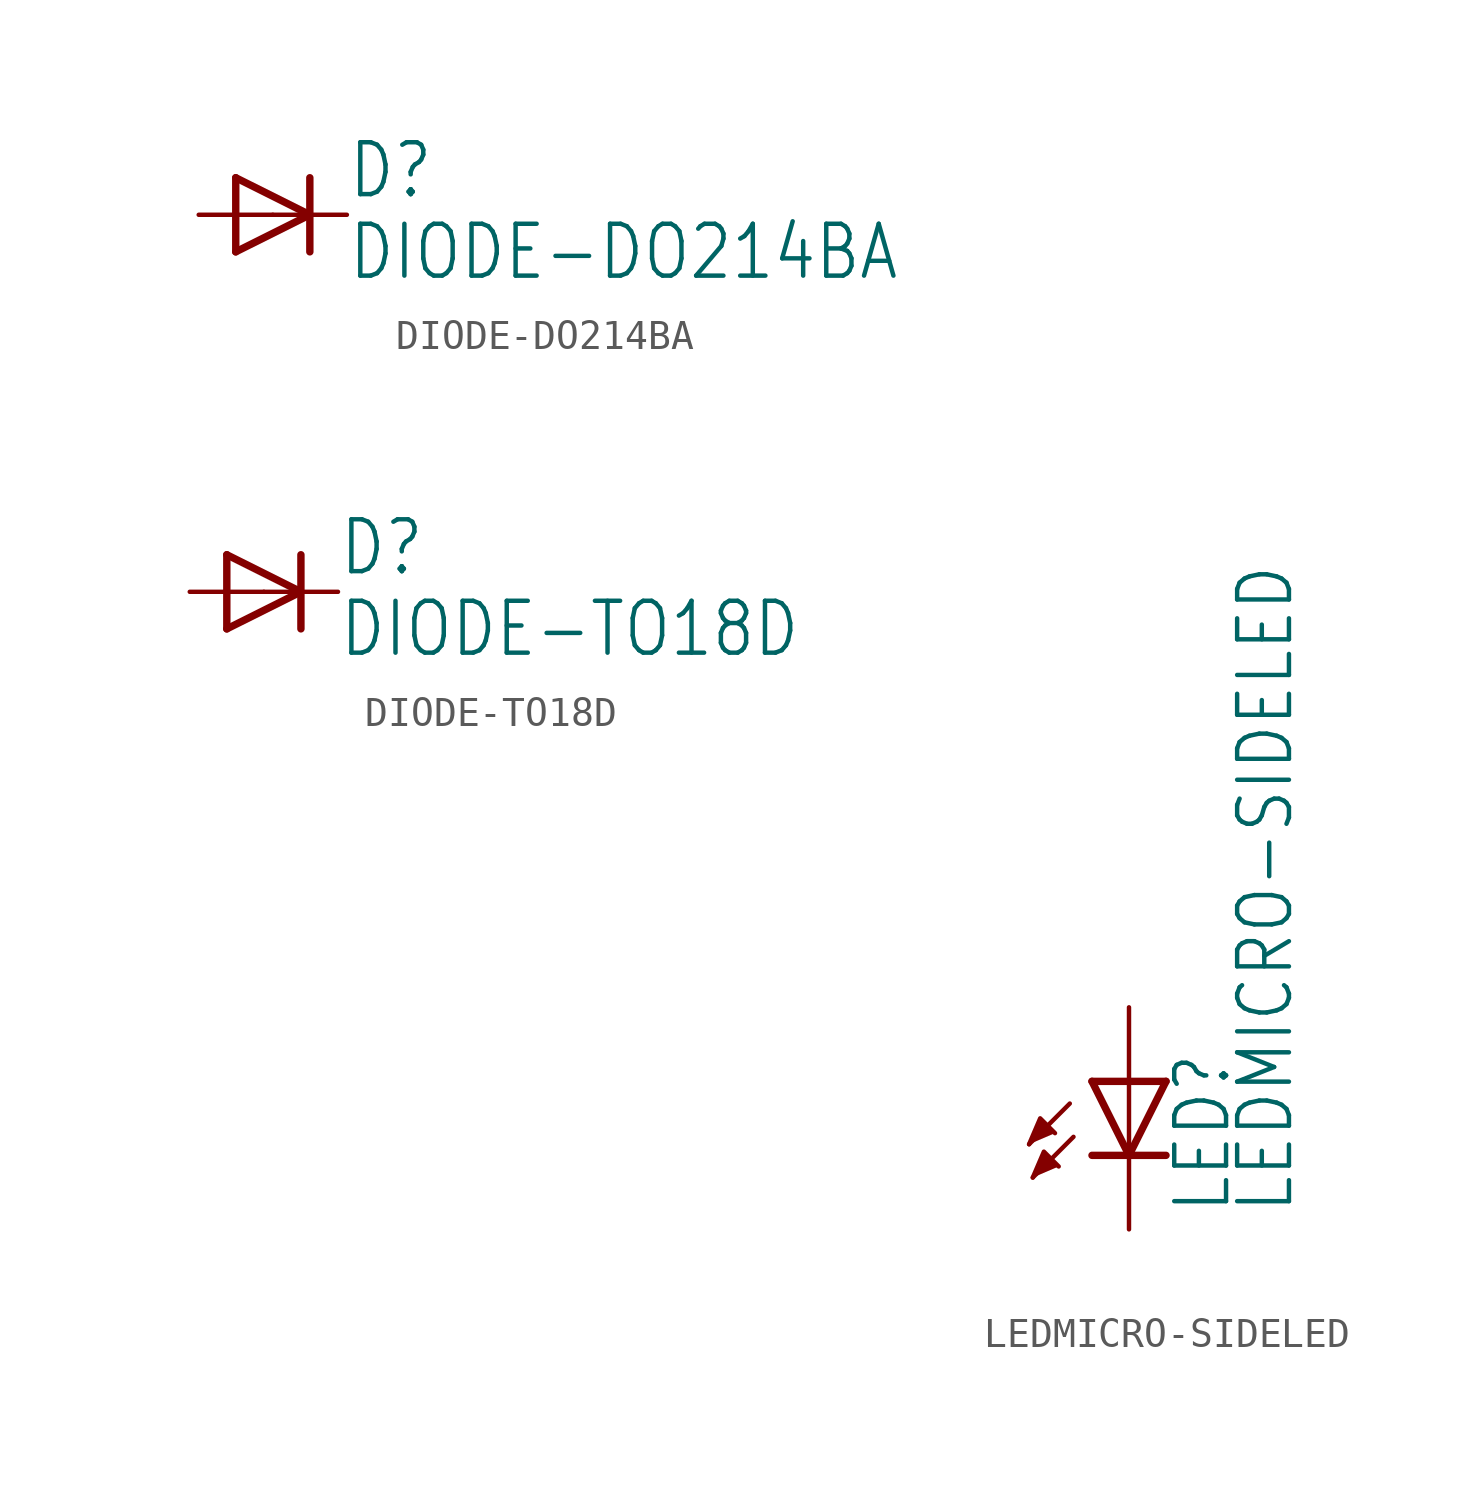
<source format=kicad_sym>
(kicad_symbol_lib
  (version 20211014)
  (generator kicad_symbol_editor)
  (symbol "DIODE-DO214BA"
    (property "Reference" "D"
      (at 2.54 0.483 0)
      (effects (font (size 1.778 1.511)) (justify left bottom)))
    (property "Value" "DIODE-DO214BA"
      (at 2.54 -2.311 0)
      (effects (font (size 1.778 1.511)) (justify left bottom)))
    (property "ki_locked" ""
      (at 0 0 0)
      (effects (font (size 1.27 1.27))))
    (symbol "DIODE-DO214BA_1_0"
      (polyline (pts (xy -1.27 -1.27) (xy 1.27 0)) (stroke (width 0.254) (type default) (color 0 0 0 0)) (fill (type none)))
      (polyline (pts (xy -1.27 1.27) (xy -1.27 -1.27)) (stroke (width 0.254) (type default) (color 0 0 0 0)) (fill (type none)))
      (polyline (pts (xy 1.27 0) (xy -1.27 1.27)) (stroke (width 0.254) (type default) (color 0 0 0 0)) (fill (type none)))
      (polyline (pts (xy 1.27 0) (xy 1.27 -1.27)) (stroke (width 0.254) (type default) (color 0 0 0 0)) (fill (type none)))
      (polyline (pts (xy 1.27 1.27) (xy 1.27 0)) (stroke (width 0.254) (type default) (color 0 0 0 0)) (fill (type none)))
      (pin passive line (at -2.54 0 0) (length 2.54) (name "A" (effects (font (size 0 0)))) (number "A" (effects (font (size 0 0)))))
      (pin passive line (at 2.54 0 180) (length 2.54) (name "C" (effects (font (size 0 0)))) (number "C" (effects (font (size 0 0)))))))
  (symbol "DIODE-TO18D"
    (property "Reference" "D"
      (at 2.54 0.483 0)
      (effects (font (size 1.778 1.511)) (justify left bottom)))
    (property "Value" "DIODE-TO18D"
      (at 2.54 -2.311 0)
      (effects (font (size 1.778 1.511)) (justify left bottom)))
    (property "ki_locked" ""
      (at 0 0 0)
      (effects (font (size 1.27 1.27))))
    (symbol "DIODE-TO18D_1_0"
      (polyline (pts (xy -1.27 -1.27) (xy 1.27 0)) (stroke (width 0.254) (type default) (color 0 0 0 0)) (fill (type none)))
      (polyline (pts (xy -1.27 1.27) (xy -1.27 -1.27)) (stroke (width 0.254) (type default) (color 0 0 0 0)) (fill (type none)))
      (polyline (pts (xy 1.27 0) (xy -1.27 1.27)) (stroke (width 0.254) (type default) (color 0 0 0 0)) (fill (type none)))
      (polyline (pts (xy 1.27 0) (xy 1.27 -1.27)) (stroke (width 0.254) (type default) (color 0 0 0 0)) (fill (type none)))
      (polyline (pts (xy 1.27 1.27) (xy 1.27 0)) (stroke (width 0.254) (type default) (color 0 0 0 0)) (fill (type none)))
      (pin passive line (at -2.54 0 0) (length 2.54) (name "A" (effects (font (size 0 0)))) (number "A" (effects (font (size 0 0)))))
      (pin passive line (at 2.54 0 180) (length 2.54) (name "C" (effects (font (size 0 0)))) (number "C" (effects (font (size 0 0)))))))
  (symbol "LEDMICRO-SIDELED"
    (property "Reference" "LED"
      (at 3.556 -4.572 90)
      (effects (font (size 1.778 1.511)) (justify left bottom)))
    (property "Value" "LEDMICRO-SIDELED"
      (at 5.715 -4.572 90)
      (effects (font (size 1.778 1.511)) (justify left bottom)))
    (property "ki_locked" ""
      (at 0 0 0)
      (effects (font (size 1.27 1.27))))
    (symbol "LEDMICRO-SIDELED_1_0"
      (polyline (pts (xy -2.032 -0.762) (xy -3.429 -2.159)) (stroke (width 0.152) (type default) (color 0 0 0 0)) (fill (type none)))
      (polyline (pts (xy -1.905 -1.905) (xy -3.302 -3.302)) (stroke (width 0.152) (type default) (color 0 0 0 0)) (fill (type none)))
      (polyline (pts (xy 0 -2.54) (xy -1.27 -2.54)) (stroke (width 0.254) (type default) (color 0 0 0 0)) (fill (type none)))
      (polyline (pts (xy 0 -2.54) (xy -1.27 0)) (stroke (width 0.254) (type default) (color 0 0 0 0)) (fill (type none)))
      (polyline (pts (xy 0 0) (xy -1.27 0)) (stroke (width 0.254) (type default) (color 0 0 0 0)) (fill (type none)))
      (polyline (pts (xy 0 0) (xy 0 -2.54)) (stroke (width 0.152) (type default) (color 0 0 0 0)) (fill (type none)))
      (polyline (pts (xy 1.27 -2.54) (xy 0 -2.54)) (stroke (width 0.254) (type default) (color 0 0 0 0)) (fill (type none)))
      (polyline (pts (xy 1.27 0) (xy 0 -2.54)) (stroke (width 0.254) (type default) (color 0 0 0 0)) (fill (type none)))
      (polyline (pts (xy 1.27 0) (xy 0 0)) (stroke (width 0.254) (type default) (color 0 0 0 0)) (fill (type none)))
      (polyline (pts (xy -3.429 -2.159) (xy -3.048 -1.27) (xy -2.54 -1.778)) (stroke (width 0) (type default) (color 0 0 0 0)) (fill (type outline)))
      (polyline (pts (xy -3.302 -3.302) (xy -2.921 -2.413) (xy -2.413 -2.921)) (stroke (width 0) (type default) (color 0 0 0 0)) (fill (type outline)))
      (pin passive line (at 0 2.54 270) (length 2.54) (name "A" (effects (font (size 0 0)))) (number "A" (effects (font (size 0 0)))))
      (pin passive line (at 0 -5.08 90) (length 2.54) (name "C" (effects (font (size 0 0)))) (number "C" (effects (font (size 0 0))))))))
</source>
